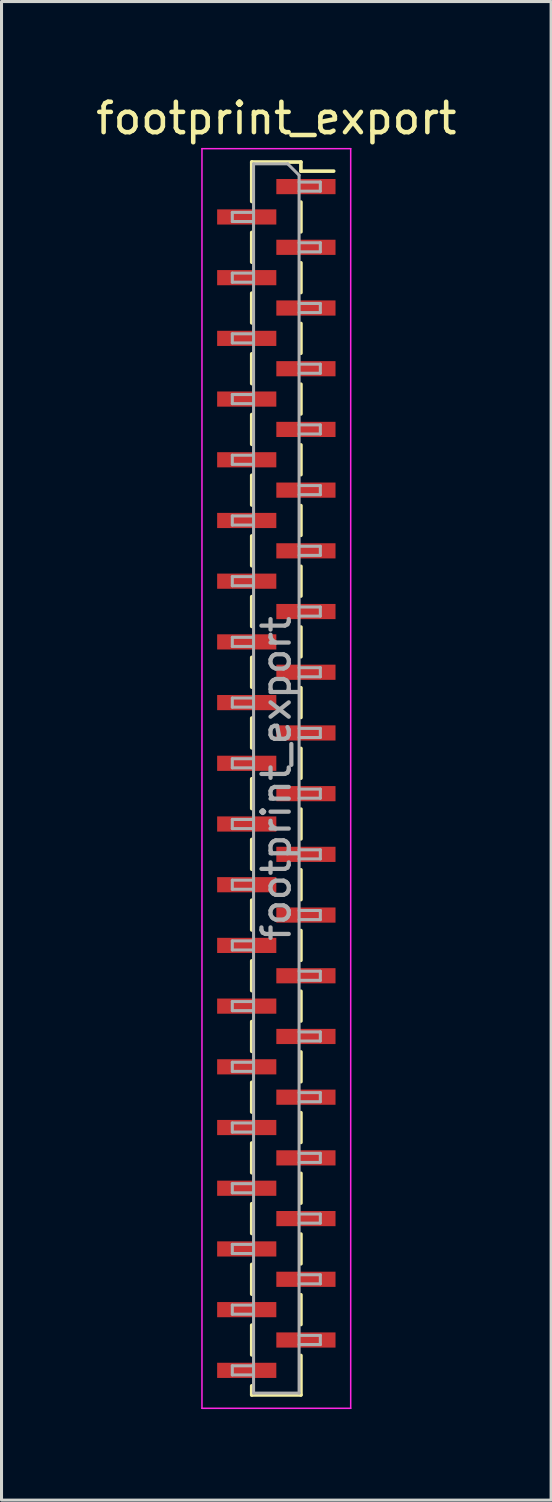
<source format=kicad_pcb>
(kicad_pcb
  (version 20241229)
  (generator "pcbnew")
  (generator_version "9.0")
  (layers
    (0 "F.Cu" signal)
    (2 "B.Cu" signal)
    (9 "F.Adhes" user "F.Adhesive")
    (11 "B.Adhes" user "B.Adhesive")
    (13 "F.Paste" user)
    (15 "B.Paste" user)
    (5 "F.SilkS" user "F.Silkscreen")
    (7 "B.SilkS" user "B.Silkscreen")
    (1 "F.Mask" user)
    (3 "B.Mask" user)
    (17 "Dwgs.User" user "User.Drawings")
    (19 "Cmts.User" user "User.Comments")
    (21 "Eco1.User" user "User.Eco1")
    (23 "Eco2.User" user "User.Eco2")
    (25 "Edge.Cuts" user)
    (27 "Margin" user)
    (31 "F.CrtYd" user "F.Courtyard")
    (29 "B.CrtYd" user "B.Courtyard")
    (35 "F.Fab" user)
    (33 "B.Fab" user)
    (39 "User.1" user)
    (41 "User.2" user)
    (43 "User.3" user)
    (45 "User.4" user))
  (footprint "footprint_export"
    (layer "F.Cu")
    (at 6.054 22.598)
    (property "Reference" "footprint_export" (at 0 -21.75 0) (layer "F.SilkS") (effects (font (size 1 1) (thickness 0.15))))
    (attr smd)
    (fp_line (start -0.81 -20.31) (end -0.81 -19.01) (stroke (width 0.12) (type solid)) (layer "F.SilkS"))
    (fp_line (start -0.81 -20.31) (end 0.81 -20.31) (stroke (width 0.12) (type solid)) (layer "F.SilkS"))
    (fp_line (start -0.81 -17.99) (end -0.81 -17.01) (stroke (width 0.12) (type solid)) (layer "F.SilkS"))
    (fp_line (start -0.81 -15.99) (end -0.81 -15.01) (stroke (width 0.12) (type solid)) (layer "F.SilkS"))
    (fp_line (start -0.81 -13.99) (end -0.81 -13.01) (stroke (width 0.12) (type solid)) (layer "F.SilkS"))
    (fp_line (start -0.81 -11.99) (end -0.81 -11.01) (stroke (width 0.12) (type solid)) (layer "F.SilkS"))
    (fp_line (start -0.81 -9.99) (end -0.81 -9.01) (stroke (width 0.12) (type solid)) (layer "F.SilkS"))
    (fp_line (start -0.81 -7.99) (end -0.81 -7.01) (stroke (width 0.12) (type solid)) (layer "F.SilkS"))
    (fp_line (start -0.81 -5.99) (end -0.81 -5.01) (stroke (width 0.12) (type solid)) (layer "F.SilkS"))
    (fp_line (start -0.81 -3.99) (end -0.81 -3.01) (stroke (width 0.12) (type solid)) (layer "F.SilkS"))
    (fp_line (start -0.81 -1.99) (end -0.81 -1.01) (stroke (width 0.12) (type solid)) (layer "F.SilkS"))
    (fp_line (start -0.81 0.01) (end -0.81 0.99) (stroke (width 0.12) (type solid)) (layer "F.SilkS"))
    (fp_line (start -0.81 2.01) (end -0.81 2.99) (stroke (width 0.12) (type solid)) (layer "F.SilkS"))
    (fp_line (start -0.81 4.01) (end -0.81 4.99) (stroke (width 0.12) (type solid)) (layer "F.SilkS"))
    (fp_line (start -0.81 6.01) (end -0.81 6.99) (stroke (width 0.12) (type solid)) (layer "F.SilkS"))
    (fp_line (start -0.81 8.01) (end -0.81 8.99) (stroke (width 0.12) (type solid)) (layer "F.SilkS"))
    (fp_line (start -0.81 10.01) (end -0.81 10.99) (stroke (width 0.12) (type solid)) (layer "F.SilkS"))
    (fp_line (start -0.81 12.01) (end -0.81 12.99) (stroke (width 0.12) (type solid)) (layer "F.SilkS"))
    (fp_line (start -0.81 14.01) (end -0.81 14.99) (stroke (width 0.12) (type solid)) (layer "F.SilkS"))
    (fp_line (start -0.81 16.01) (end -0.81 16.99) (stroke (width 0.12) (type solid)) (layer "F.SilkS"))
    (fp_line (start -0.81 18.01) (end -0.81 18.99) (stroke (width 0.12) (type solid)) (layer "F.SilkS"))
    (fp_line (start -0.81 20.01) (end -0.81 20.31) (stroke (width 0.12) (type solid)) (layer "F.SilkS"))
    (fp_line (start -0.81 20.31) (end 0.81 20.31) (stroke (width 0.12) (type solid)) (layer "F.SilkS"))
    (fp_line (start 0.81 -20.31) (end 0.81 -20.01) (stroke (width 0.12) (type solid)) (layer "F.SilkS"))
    (fp_line (start 0.81 -20.01) (end 1.89 -20.01) (stroke (width 0.12) (type solid)) (layer "F.SilkS"))
    (fp_line (start 0.81 -18.99) (end 0.81 -18.01) (stroke (width 0.12) (type solid)) (layer "F.SilkS"))
    (fp_line (start 0.81 -16.99) (end 0.81 -16.01) (stroke (width 0.12) (type solid)) (layer "F.SilkS"))
    (fp_line (start 0.81 -14.99) (end 0.81 -14.01) (stroke (width 0.12) (type solid)) (layer "F.SilkS"))
    (fp_line (start 0.81 -12.99) (end 0.81 -12.01) (stroke (width 0.12) (type solid)) (layer "F.SilkS"))
    (fp_line (start 0.81 -10.99) (end 0.81 -10.01) (stroke (width 0.12) (type solid)) (layer "F.SilkS"))
    (fp_line (start 0.81 -8.99) (end 0.81 -8.01) (stroke (width 0.12) (type solid)) (layer "F.SilkS"))
    (fp_line (start 0.81 -6.99) (end 0.81 -6.01) (stroke (width 0.12) (type solid)) (layer "F.SilkS"))
    (fp_line (start 0.81 -4.99) (end 0.81 -4.01) (stroke (width 0.12) (type solid)) (layer "F.SilkS"))
    (fp_line (start 0.81 -2.99) (end 0.81 -2.01) (stroke (width 0.12) (type solid)) (layer "F.SilkS"))
    (fp_line (start 0.81 -0.99) (end 0.81 -0.01) (stroke (width 0.12) (type solid)) (layer "F.SilkS"))
    (fp_line (start 0.81 1.01) (end 0.81 1.99) (stroke (width 0.12) (type solid)) (layer "F.SilkS"))
    (fp_line (start 0.81 3.01) (end 0.81 3.99) (stroke (width 0.12) (type solid)) (layer "F.SilkS"))
    (fp_line (start 0.81 5.01) (end 0.81 5.99) (stroke (width 0.12) (type solid)) (layer "F.SilkS"))
    (fp_line (start 0.81 7.01) (end 0.81 7.99) (stroke (width 0.12) (type solid)) (layer "F.SilkS"))
    (fp_line (start 0.81 9.01) (end 0.81 9.99) (stroke (width 0.12) (type solid)) (layer "F.SilkS"))
    (fp_line (start 0.81 11.01) (end 0.81 11.99) (stroke (width 0.12) (type solid)) (layer "F.SilkS"))
    (fp_line (start 0.81 13.01) (end 0.81 13.99) (stroke (width 0.12) (type solid)) (layer "F.SilkS"))
    (fp_line (start 0.81 15.01) (end 0.81 15.99) (stroke (width 0.12) (type solid)) (layer "F.SilkS"))
    (fp_line (start 0.81 17.01) (end 0.81 17.99) (stroke (width 0.12) (type solid)) (layer "F.SilkS"))
    (fp_line (start 0.81 19.01) (end 0.81 20.31) (stroke (width 0.12) (type solid)) (layer "F.SilkS"))
    (fp_line (start -2.45 -20.75) (end 2.45 -20.75) (stroke (width 0.05) (type solid)) (layer "F.CrtYd"))
    (fp_line (start -2.45 20.75) (end -2.45 -20.75) (stroke (width 0.05) (type solid)) (layer "F.CrtYd"))
    (fp_line (start 2.45 -20.75) (end 2.45 20.75) (stroke (width 0.05) (type solid)) (layer "F.CrtYd"))
    (fp_line (start 2.45 20.75) (end -2.45 20.75) (stroke (width 0.05) (type solid)) (layer "F.CrtYd"))
    (fp_line (start -1.45 -18.65) (end -0.75 -18.65) (stroke (width 0.1) (type solid)) (layer "F.Fab"))
    (fp_line (start -1.45 -18.35) (end -1.45 -18.65) (stroke (width 0.1) (type solid)) (layer "F.Fab"))
    (fp_line (start -1.45 -16.65) (end -0.75 -16.65) (stroke (width 0.1) (type solid)) (layer "F.Fab"))
    (fp_line (start -1.45 -16.35) (end -1.45 -16.65) (stroke (width 0.1) (type solid)) (layer "F.Fab"))
    (fp_line (start -1.45 -14.65) (end -0.75 -14.65) (stroke (width 0.1) (type solid)) (layer "F.Fab"))
    (fp_line (start -1.45 -14.35) (end -1.45 -14.65) (stroke (width 0.1) (type solid)) (layer "F.Fab"))
    (fp_line (start -1.45 -12.65) (end -0.75 -12.65) (stroke (width 0.1) (type solid)) (layer "F.Fab"))
    (fp_line (start -1.45 -12.35) (end -1.45 -12.65) (stroke (width 0.1) (type solid)) (layer "F.Fab"))
    (fp_line (start -1.45 -10.65) (end -0.75 -10.65) (stroke (width 0.1) (type solid)) (layer "F.Fab"))
    (fp_line (start -1.45 -10.35) (end -1.45 -10.65) (stroke (width 0.1) (type solid)) (layer "F.Fab"))
    (fp_line (start -1.45 -8.65) (end -0.75 -8.65) (stroke (width 0.1) (type solid)) (layer "F.Fab"))
    (fp_line (start -1.45 -8.35) (end -1.45 -8.65) (stroke (width 0.1) (type solid)) (layer "F.Fab"))
    (fp_line (start -1.45 -6.65) (end -0.75 -6.65) (stroke (width 0.1) (type solid)) (layer "F.Fab"))
    (fp_line (start -1.45 -6.35) (end -1.45 -6.65) (stroke (width 0.1) (type solid)) (layer "F.Fab"))
    (fp_line (start -1.45 -4.65) (end -0.75 -4.65) (stroke (width 0.1) (type solid)) (layer "F.Fab"))
    (fp_line (start -1.45 -4.35) (end -1.45 -4.65) (stroke (width 0.1) (type solid)) (layer "F.Fab"))
    (fp_line (start -1.45 -2.65) (end -0.75 -2.65) (stroke (width 0.1) (type solid)) (layer "F.Fab"))
    (fp_line (start -1.45 -2.35) (end -1.45 -2.65) (stroke (width 0.1) (type solid)) (layer "F.Fab"))
    (fp_line (start -1.45 -0.65) (end -0.75 -0.65) (stroke (width 0.1) (type solid)) (layer "F.Fab"))
    (fp_line (start -1.45 -0.35) (end -1.45 -0.65) (stroke (width 0.1) (type solid)) (layer "F.Fab"))
    (fp_line (start -1.45 1.35) (end -0.75 1.35) (stroke (width 0.1) (type solid)) (layer "F.Fab"))
    (fp_line (start -1.45 1.65) (end -1.45 1.35) (stroke (width 0.1) (type solid)) (layer "F.Fab"))
    (fp_line (start -1.45 3.35) (end -0.75 3.35) (stroke (width 0.1) (type solid)) (layer "F.Fab"))
    (fp_line (start -1.45 3.65) (end -1.45 3.35) (stroke (width 0.1) (type solid)) (layer "F.Fab"))
    (fp_line (start -1.45 5.35) (end -0.75 5.35) (stroke (width 0.1) (type solid)) (layer "F.Fab"))
    (fp_line (start -1.45 5.65) (end -1.45 5.35) (stroke (width 0.1) (type solid)) (layer "F.Fab"))
    (fp_line (start -1.45 7.35) (end -0.75 7.35) (stroke (width 0.1) (type solid)) (layer "F.Fab"))
    (fp_line (start -1.45 7.65) (end -1.45 7.35) (stroke (width 0.1) (type solid)) (layer "F.Fab"))
    (fp_line (start -1.45 9.35) (end -0.75 9.35) (stroke (width 0.1) (type solid)) (layer "F.Fab"))
    (fp_line (start -1.45 9.65) (end -1.45 9.35) (stroke (width 0.1) (type solid)) (layer "F.Fab"))
    (fp_line (start -1.45 11.35) (end -0.75 11.35) (stroke (width 0.1) (type solid)) (layer "F.Fab"))
    (fp_line (start -1.45 11.65) (end -1.45 11.35) (stroke (width 0.1) (type solid)) (layer "F.Fab"))
    (fp_line (start -1.45 13.35) (end -0.75 13.35) (stroke (width 0.1) (type solid)) (layer "F.Fab"))
    (fp_line (start -1.45 13.65) (end -1.45 13.35) (stroke (width 0.1) (type solid)) (layer "F.Fab"))
    (fp_line (start -1.45 15.35) (end -0.75 15.35) (stroke (width 0.1) (type solid)) (layer "F.Fab"))
    (fp_line (start -1.45 15.65) (end -1.45 15.35) (stroke (width 0.1) (type solid)) (layer "F.Fab"))
    (fp_line (start -1.45 17.35) (end -0.75 17.35) (stroke (width 0.1) (type solid)) (layer "F.Fab"))
    (fp_line (start -1.45 17.65) (end -1.45 17.35) (stroke (width 0.1) (type solid)) (layer "F.Fab"))
    (fp_line (start -1.45 19.35) (end -0.75 19.35) (stroke (width 0.1) (type solid)) (layer "F.Fab"))
    (fp_line (start -1.45 19.65) (end -1.45 19.35) (stroke (width 0.1) (type solid)) (layer "F.Fab"))
    (fp_line (start -0.75 -20.25) (end 0.375 -20.25) (stroke (width 0.1) (type solid)) (layer "F.Fab"))
    (fp_line (start -0.75 -18.35) (end -1.45 -18.35) (stroke (width 0.1) (type solid)) (layer "F.Fab"))
    (fp_line (start -0.75 -16.35) (end -1.45 -16.35) (stroke (width 0.1) (type solid)) (layer "F.Fab"))
    (fp_line (start -0.75 -14.35) (end -1.45 -14.35) (stroke (width 0.1) (type solid)) (layer "F.Fab"))
    (fp_line (start -0.75 -12.35) (end -1.45 -12.35) (stroke (width 0.1) (type solid)) (layer "F.Fab"))
    (fp_line (start -0.75 -10.35) (end -1.45 -10.35) (stroke (width 0.1) (type solid)) (layer "F.Fab"))
    (fp_line (start -0.75 -8.35) (end -1.45 -8.35) (stroke (width 0.1) (type solid)) (layer "F.Fab"))
    (fp_line (start -0.75 -6.35) (end -1.45 -6.35) (stroke (width 0.1) (type solid)) (layer "F.Fab"))
    (fp_line (start -0.75 -4.35) (end -1.45 -4.35) (stroke (width 0.1) (type solid)) (layer "F.Fab"))
    (fp_line (start -0.75 -2.35) (end -1.45 -2.35) (stroke (width 0.1) (type solid)) (layer "F.Fab"))
    (fp_line (start -0.75 -0.35) (end -1.45 -0.35) (stroke (width 0.1) (type solid)) (layer "F.Fab"))
    (fp_line (start -0.75 1.65) (end -1.45 1.65) (stroke (width 0.1) (type solid)) (layer "F.Fab"))
    (fp_line (start -0.75 3.65) (end -1.45 3.65) (stroke (width 0.1) (type solid)) (layer "F.Fab"))
    (fp_line (start -0.75 5.65) (end -1.45 5.65) (stroke (width 0.1) (type solid)) (layer "F.Fab"))
    (fp_line (start -0.75 7.65) (end -1.45 7.65) (stroke (width 0.1) (type solid)) (layer "F.Fab"))
    (fp_line (start -0.75 9.65) (end -1.45 9.65) (stroke (width 0.1) (type solid)) (layer "F.Fab"))
    (fp_line (start -0.75 11.65) (end -1.45 11.65) (stroke (width 0.1) (type solid)) (layer "F.Fab"))
    (fp_line (start -0.75 13.65) (end -1.45 13.65) (stroke (width 0.1) (type solid)) (layer "F.Fab"))
    (fp_line (start -0.75 15.65) (end -1.45 15.65) (stroke (width 0.1) (type solid)) (layer "F.Fab"))
    (fp_line (start -0.75 17.65) (end -1.45 17.65) (stroke (width 0.1) (type solid)) (layer "F.Fab"))
    (fp_line (start -0.75 19.65) (end -1.45 19.65) (stroke (width 0.1) (type solid)) (layer "F.Fab"))
    (fp_line (start -0.75 20.25) (end -0.75 -20.25) (stroke (width 0.1) (type solid)) (layer "F.Fab"))
    (fp_line (start 0.375 -20.25) (end 0.75 -19.875) (stroke (width 0.1) (type solid)) (layer "F.Fab"))
    (fp_line (start 0.75 -19.875) (end 0.75 20.25) (stroke (width 0.1) (type solid)) (layer "F.Fab"))
    (fp_line (start 0.75 -19.65) (end 1.45 -19.65) (stroke (width 0.1) (type solid)) (layer "F.Fab"))
    (fp_line (start 0.75 -17.65) (end 1.45 -17.65) (stroke (width 0.1) (type solid)) (layer "F.Fab"))
    (fp_line (start 0.75 -15.65) (end 1.45 -15.65) (stroke (width 0.1) (type solid)) (layer "F.Fab"))
    (fp_line (start 0.75 -13.65) (end 1.45 -13.65) (stroke (width 0.1) (type solid)) (layer "F.Fab"))
    (fp_line (start 0.75 -11.65) (end 1.45 -11.65) (stroke (width 0.1) (type solid)) (layer "F.Fab"))
    (fp_line (start 0.75 -9.65) (end 1.45 -9.65) (stroke (width 0.1) (type solid)) (layer "F.Fab"))
    (fp_line (start 0.75 -7.65) (end 1.45 -7.65) (stroke (width 0.1) (type solid)) (layer "F.Fab"))
    (fp_line (start 0.75 -5.65) (end 1.45 -5.65) (stroke (width 0.1) (type solid)) (layer "F.Fab"))
    (fp_line (start 0.75 -3.65) (end 1.45 -3.65) (stroke (width 0.1) (type solid)) (layer "F.Fab"))
    (fp_line (start 0.75 -1.65) (end 1.45 -1.65) (stroke (width 0.1) (type solid)) (layer "F.Fab"))
    (fp_line (start 0.75 0.35) (end 1.45 0.35) (stroke (width 0.1) (type solid)) (layer "F.Fab"))
    (fp_line (start 0.75 2.35) (end 1.45 2.35) (stroke (width 0.1) (type solid)) (layer "F.Fab"))
    (fp_line (start 0.75 4.35) (end 1.45 4.35) (stroke (width 0.1) (type solid)) (layer "F.Fab"))
    (fp_line (start 0.75 6.35) (end 1.45 6.35) (stroke (width 0.1) (type solid)) (layer "F.Fab"))
    (fp_line (start 0.75 8.35) (end 1.45 8.35) (stroke (width 0.1) (type solid)) (layer "F.Fab"))
    (fp_line (start 0.75 10.35) (end 1.45 10.35) (stroke (width 0.1) (type solid)) (layer "F.Fab"))
    (fp_line (start 0.75 12.35) (end 1.45 12.35) (stroke (width 0.1) (type solid)) (layer "F.Fab"))
    (fp_line (start 0.75 14.35) (end 1.45 14.35) (stroke (width 0.1) (type solid)) (layer "F.Fab"))
    (fp_line (start 0.75 16.35) (end 1.45 16.35) (stroke (width 0.1) (type solid)) (layer "F.Fab"))
    (fp_line (start 0.75 18.35) (end 1.45 18.35) (stroke (width 0.1) (type solid)) (layer "F.Fab"))
    (fp_line (start 0.75 20.25) (end -0.75 20.25) (stroke (width 0.1) (type solid)) (layer "F.Fab"))
    (fp_line (start 1.45 -19.65) (end 1.45 -19.35) (stroke (width 0.1) (type solid)) (layer "F.Fab"))
    (fp_line (start 1.45 -19.35) (end 0.75 -19.35) (stroke (width 0.1) (type solid)) (layer "F.Fab"))
    (fp_line (start 1.45 -17.65) (end 1.45 -17.35) (stroke (width 0.1) (type solid)) (layer "F.Fab"))
    (fp_line (start 1.45 -17.35) (end 0.75 -17.35) (stroke (width 0.1) (type solid)) (layer "F.Fab"))
    (fp_line (start 1.45 -15.65) (end 1.45 -15.35) (stroke (width 0.1) (type solid)) (layer "F.Fab"))
    (fp_line (start 1.45 -15.35) (end 0.75 -15.35) (stroke (width 0.1) (type solid)) (layer "F.Fab"))
    (fp_line (start 1.45 -13.65) (end 1.45 -13.35) (stroke (width 0.1) (type solid)) (layer "F.Fab"))
    (fp_line (start 1.45 -13.35) (end 0.75 -13.35) (stroke (width 0.1) (type solid)) (layer "F.Fab"))
    (fp_line (start 1.45 -11.65) (end 1.45 -11.35) (stroke (width 0.1) (type solid)) (layer "F.Fab"))
    (fp_line (start 1.45 -11.35) (end 0.75 -11.35) (stroke (width 0.1) (type solid)) (layer "F.Fab"))
    (fp_line (start 1.45 -9.65) (end 1.45 -9.35) (stroke (width 0.1) (type solid)) (layer "F.Fab"))
    (fp_line (start 1.45 -9.35) (end 0.75 -9.35) (stroke (width 0.1) (type solid)) (layer "F.Fab"))
    (fp_line (start 1.45 -7.65) (end 1.45 -7.35) (stroke (width 0.1) (type solid)) (layer "F.Fab"))
    (fp_line (start 1.45 -7.35) (end 0.75 -7.35) (stroke (width 0.1) (type solid)) (layer "F.Fab"))
    (fp_line (start 1.45 -5.65) (end 1.45 -5.35) (stroke (width 0.1) (type solid)) (layer "F.Fab"))
    (fp_line (start 1.45 -5.35) (end 0.75 -5.35) (stroke (width 0.1) (type solid)) (layer "F.Fab"))
    (fp_line (start 1.45 -3.65) (end 1.45 -3.35) (stroke (width 0.1) (type solid)) (layer "F.Fab"))
    (fp_line (start 1.45 -3.35) (end 0.75 -3.35) (stroke (width 0.1) (type solid)) (layer "F.Fab"))
    (fp_line (start 1.45 -1.65) (end 1.45 -1.35) (stroke (width 0.1) (type solid)) (layer "F.Fab"))
    (fp_line (start 1.45 -1.35) (end 0.75 -1.35) (stroke (width 0.1) (type solid)) (layer "F.Fab"))
    (fp_line (start 1.45 0.35) (end 1.45 0.65) (stroke (width 0.1) (type solid)) (layer "F.Fab"))
    (fp_line (start 1.45 0.65) (end 0.75 0.65) (stroke (width 0.1) (type solid)) (layer "F.Fab"))
    (fp_line (start 1.45 2.35) (end 1.45 2.65) (stroke (width 0.1) (type solid)) (layer "F.Fab"))
    (fp_line (start 1.45 2.65) (end 0.75 2.65) (stroke (width 0.1) (type solid)) (layer "F.Fab"))
    (fp_line (start 1.45 4.35) (end 1.45 4.65) (stroke (width 0.1) (type solid)) (layer "F.Fab"))
    (fp_line (start 1.45 4.65) (end 0.75 4.65) (stroke (width 0.1) (type solid)) (layer "F.Fab"))
    (fp_line (start 1.45 6.35) (end 1.45 6.65) (stroke (width 0.1) (type solid)) (layer "F.Fab"))
    (fp_line (start 1.45 6.65) (end 0.75 6.65) (stroke (width 0.1) (type solid)) (layer "F.Fab"))
    (fp_line (start 1.45 8.35) (end 1.45 8.65) (stroke (width 0.1) (type solid)) (layer "F.Fab"))
    (fp_line (start 1.45 8.65) (end 0.75 8.65) (stroke (width 0.1) (type solid)) (layer "F.Fab"))
    (fp_line (start 1.45 10.35) (end 1.45 10.65) (stroke (width 0.1) (type solid)) (layer "F.Fab"))
    (fp_line (start 1.45 10.65) (end 0.75 10.65) (stroke (width 0.1) (type solid)) (layer "F.Fab"))
    (fp_line (start 1.45 12.35) (end 1.45 12.65) (stroke (width 0.1) (type solid)) (layer "F.Fab"))
    (fp_line (start 1.45 12.65) (end 0.75 12.65) (stroke (width 0.1) (type solid)) (layer "F.Fab"))
    (fp_line (start 1.45 14.35) (end 1.45 14.65) (stroke (width 0.1) (type solid)) (layer "F.Fab"))
    (fp_line (start 1.45 14.65) (end 0.75 14.65) (stroke (width 0.1) (type solid)) (layer "F.Fab"))
    (fp_line (start 1.45 16.35) (end 1.45 16.65) (stroke (width 0.1) (type solid)) (layer "F.Fab"))
    (fp_line (start 1.45 16.65) (end 0.75 16.65) (stroke (width 0.1) (type solid)) (layer "F.Fab"))
    (fp_line (start 1.45 18.35) (end 1.45 18.65) (stroke (width 0.1) (type solid)) (layer "F.Fab"))
    (fp_line (start 1.45 18.65) (end 0.75 18.65) (stroke (width 0.1) (type solid)) (layer "F.Fab"))
    (fp_text user "${REFERENCE}" (at 0 0 90) (layer "F.Fab") (effects (font (size 0.9 0.9) (thickness 0.14))))
    (pad "1" smd rect (at 0.975 -19.5) (size 1.95 0.5) (layers "F.Cu" "F.Mask" "F.Paste"))
    (pad "2" smd rect (at -0.975 -18.5) (size 1.95 0.5) (layers "F.Cu" "F.Mask" "F.Paste"))
    (pad "3" smd rect (at 0.975 -17.5) (size 1.95 0.5) (layers "F.Cu" "F.Mask" "F.Paste"))
    (pad "4" smd rect (at -0.975 -16.5) (size 1.95 0.5) (layers "F.Cu" "F.Mask" "F.Paste"))
    (pad "5" smd rect (at 0.975 -15.5) (size 1.95 0.5) (layers "F.Cu" "F.Mask" "F.Paste"))
    (pad "6" smd rect (at -0.975 -14.5) (size 1.95 0.5) (layers "F.Cu" "F.Mask" "F.Paste"))
    (pad "7" smd rect (at 0.975 -13.5) (size 1.95 0.5) (layers "F.Cu" "F.Mask" "F.Paste"))
    (pad "8" smd rect (at -0.975 -12.5) (size 1.95 0.5) (layers "F.Cu" "F.Mask" "F.Paste"))
    (pad "9" smd rect (at 0.975 -11.5) (size 1.95 0.5) (layers "F.Cu" "F.Mask" "F.Paste"))
    (pad "10" smd rect (at -0.975 -10.5) (size 1.95 0.5) (layers "F.Cu" "F.Mask" "F.Paste"))
    (pad "11" smd rect (at 0.975 -9.5) (size 1.95 0.5) (layers "F.Cu" "F.Mask" "F.Paste"))
    (pad "12" smd rect (at -0.975 -8.5) (size 1.95 0.5) (layers "F.Cu" "F.Mask" "F.Paste"))
    (pad "13" smd rect (at 0.975 -7.5) (size 1.95 0.5) (layers "F.Cu" "F.Mask" "F.Paste"))
    (pad "14" smd rect (at -0.975 -6.5) (size 1.95 0.5) (layers "F.Cu" "F.Mask" "F.Paste"))
    (pad "15" smd rect (at 0.975 -5.5) (size 1.95 0.5) (layers "F.Cu" "F.Mask" "F.Paste"))
    (pad "16" smd rect (at -0.975 -4.5) (size 1.95 0.5) (layers "F.Cu" "F.Mask" "F.Paste"))
    (pad "17" smd rect (at 0.975 -3.5) (size 1.95 0.5) (layers "F.Cu" "F.Mask" "F.Paste"))
    (pad "18" smd rect (at -0.975 -2.5) (size 1.95 0.5) (layers "F.Cu" "F.Mask" "F.Paste"))
    (pad "19" smd rect (at 0.975 -1.5) (size 1.95 0.5) (layers "F.Cu" "F.Mask" "F.Paste"))
    (pad "20" smd rect (at -0.975 -0.5) (size 1.95 0.5) (layers "F.Cu" "F.Mask" "F.Paste"))
    (pad "21" smd rect (at 0.975 0.5) (size 1.95 0.5) (layers "F.Cu" "F.Mask" "F.Paste"))
    (pad "22" smd rect (at -0.975 1.5) (size 1.95 0.5) (layers "F.Cu" "F.Mask" "F.Paste"))
    (pad "23" smd rect (at 0.975 2.5) (size 1.95 0.5) (layers "F.Cu" "F.Mask" "F.Paste"))
    (pad "24" smd rect (at -0.975 3.5) (size 1.95 0.5) (layers "F.Cu" "F.Mask" "F.Paste"))
    (pad "25" smd rect (at 0.975 4.5) (size 1.95 0.5) (layers "F.Cu" "F.Mask" "F.Paste"))
    (pad "26" smd rect (at -0.975 5.5) (size 1.95 0.5) (layers "F.Cu" "F.Mask" "F.Paste"))
    (pad "27" smd rect (at 0.975 6.5) (size 1.95 0.5) (layers "F.Cu" "F.Mask" "F.Paste"))
    (pad "28" smd rect (at -0.975 7.5) (size 1.95 0.5) (layers "F.Cu" "F.Mask" "F.Paste"))
    (pad "29" smd rect (at 0.975 8.5) (size 1.95 0.5) (layers "F.Cu" "F.Mask" "F.Paste"))
    (pad "30" smd rect (at -0.975 9.5) (size 1.95 0.5) (layers "F.Cu" "F.Mask" "F.Paste"))
    (pad "31" smd rect (at 0.975 10.5) (size 1.95 0.5) (layers "F.Cu" "F.Mask" "F.Paste"))
    (pad "32" smd rect (at -0.975 11.5) (size 1.95 0.5) (layers "F.Cu" "F.Mask" "F.Paste"))
    (pad "33" smd rect (at 0.975 12.5) (size 1.95 0.5) (layers "F.Cu" "F.Mask" "F.Paste"))
    (pad "34" smd rect (at -0.975 13.5) (size 1.95 0.5) (layers "F.Cu" "F.Mask" "F.Paste"))
    (pad "35" smd rect (at 0.975 14.5) (size 1.95 0.5) (layers "F.Cu" "F.Mask" "F.Paste"))
    (pad "36" smd rect (at -0.975 15.5) (size 1.95 0.5) (layers "F.Cu" "F.Mask" "F.Paste"))
    (pad "37" smd rect (at 0.975 16.5) (size 1.95 0.5) (layers "F.Cu" "F.Mask" "F.Paste"))
    (pad "38" smd rect (at -0.975 17.5) (size 1.95 0.5) (layers "F.Cu" "F.Mask" "F.Paste"))
    (pad "39" smd rect (at 0.975 18.5) (size 1.95 0.5) (layers "F.Cu" "F.Mask" "F.Paste"))
    (pad "40" smd rect (at -0.975 19.5) (size 1.95 0.5) (layers "F.Cu" "F.Mask" "F.Paste")))
  (gr_rect
    (start -3 -3)
    (end 15.107 46.373)
    (stroke (width 0.1) (type default))
    (fill no)
    (layer "Edge.Cuts")))
</source>
